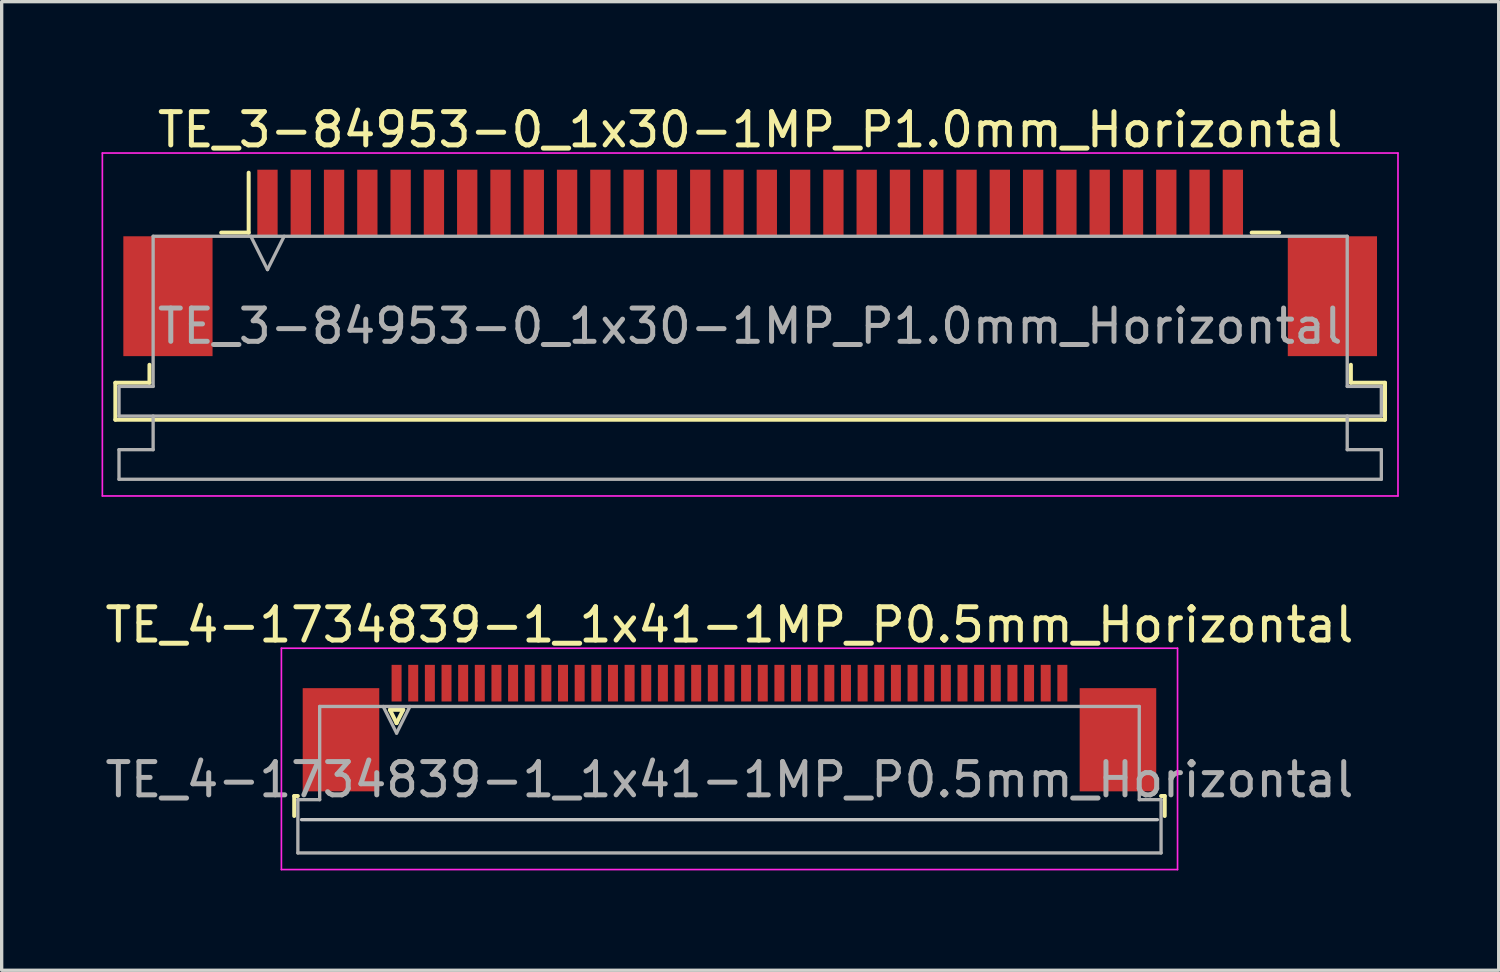
<source format=kicad_pcb>
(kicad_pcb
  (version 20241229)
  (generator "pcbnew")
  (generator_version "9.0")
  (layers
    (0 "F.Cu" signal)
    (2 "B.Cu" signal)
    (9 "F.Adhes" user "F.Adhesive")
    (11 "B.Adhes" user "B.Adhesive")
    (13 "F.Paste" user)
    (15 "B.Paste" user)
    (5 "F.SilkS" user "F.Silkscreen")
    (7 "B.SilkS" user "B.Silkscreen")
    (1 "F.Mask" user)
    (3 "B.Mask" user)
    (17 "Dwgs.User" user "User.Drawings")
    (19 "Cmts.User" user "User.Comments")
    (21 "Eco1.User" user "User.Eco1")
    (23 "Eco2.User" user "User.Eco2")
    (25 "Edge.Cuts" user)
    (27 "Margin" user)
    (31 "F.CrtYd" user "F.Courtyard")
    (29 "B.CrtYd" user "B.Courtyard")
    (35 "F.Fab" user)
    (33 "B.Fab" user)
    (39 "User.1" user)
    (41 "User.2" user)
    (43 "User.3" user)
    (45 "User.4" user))
  (footprint "TE_3-84953-0_1x30-1MP_P1.0mm_Horizontal"
    (layer "F.Cu")
    (at 19.485 4.848)
    (property "Reference" "TE_3-84953-0_1x30-1MP_P1.0mm_Horizontal" (at 0 -4 0) (layer "F.SilkS") (effects (font (size 1 1) (thickness 0.15))))
    (attr smd)
    (fp_line (start -19.07 3.6) (end -18.045 3.6) (stroke (width 0.12) (type solid)) (layer "F.SilkS"))
    (fp_line (start -19.07 4.71) (end -19.07 3.6) (stroke (width 0.12) (type solid)) (layer "F.SilkS"))
    (fp_line (start -18.045 3.6) (end -18.045 3.06) (stroke (width 0.12) (type solid)) (layer "F.SilkS"))
    (fp_line (start -15.89 -0.91) (end -15.065 -0.91) (stroke (width 0.12) (type solid)) (layer "F.SilkS"))
    (fp_line (start -15.065 -0.91) (end -15.065 -2.71) (stroke (width 0.12) (type solid)) (layer "F.SilkS"))
    (fp_line (start 15.065 -0.91) (end 15.89 -0.91) (stroke (width 0.12) (type solid)) (layer "F.SilkS"))
    (fp_line (start 18.045 3.06) (end 18.045 3.6) (stroke (width 0.12) (type solid)) (layer "F.SilkS"))
    (fp_line (start 18.045 3.6) (end 19.07 3.6) (stroke (width 0.12) (type solid)) (layer "F.SilkS"))
    (fp_line (start 19.07 3.6) (end 19.07 4.71) (stroke (width 0.12) (type solid)) (layer "F.SilkS"))
    (fp_line (start 19.07 4.71) (end -19.07 4.71) (stroke (width 0.12) (type solid)) (layer "F.SilkS"))
    (fp_line (start -19.46 -3.3) (end -19.46 7) (stroke (width 0.05) (type solid)) (layer "F.CrtYd"))
    (fp_line (start -19.46 7) (end 19.46 7) (stroke (width 0.05) (type solid)) (layer "F.CrtYd"))
    (fp_line (start 19.46 -3.3) (end -19.46 -3.3) (stroke (width 0.05) (type solid)) (layer "F.CrtYd"))
    (fp_line (start 19.46 7) (end 19.46 -3.3) (stroke (width 0.05) (type solid)) (layer "F.CrtYd"))
    (fp_line (start -18.96 3.71) (end -17.935 3.71) (stroke (width 0.1) (type solid)) (layer "F.Fab"))
    (fp_line (start -18.96 4.6) (end -18.96 3.71) (stroke (width 0.1) (type solid)) (layer "F.Fab"))
    (fp_line (start -18.96 5.61) (end -17.935 5.61) (stroke (width 0.1) (type solid)) (layer "F.Fab"))
    (fp_line (start -18.96 6.5) (end -18.96 5.61) (stroke (width 0.1) (type solid)) (layer "F.Fab"))
    (fp_line (start -17.935 -0.8) (end 17.935 -0.8) (stroke (width 0.1) (type solid)) (layer "F.Fab"))
    (fp_line (start -17.935 3.71) (end -17.935 -0.8) (stroke (width 0.1) (type solid)) (layer "F.Fab"))
    (fp_line (start -17.935 5.61) (end -17.935 4.6) (stroke (width 0.1) (type solid)) (layer "F.Fab"))
    (fp_line (start -15 -0.8) (end -14.5 0.2) (stroke (width 0.1) (type solid)) (layer "F.Fab"))
    (fp_line (start -14.5 0.2) (end -14 -0.8) (stroke (width 0.1) (type solid)) (layer "F.Fab"))
    (fp_line (start 17.935 -0.8) (end 17.935 3.71) (stroke (width 0.1) (type solid)) (layer "F.Fab"))
    (fp_line (start 17.935 3.71) (end 18.96 3.71) (stroke (width 0.1) (type solid)) (layer "F.Fab"))
    (fp_line (start 17.935 4.6) (end 17.935 5.61) (stroke (width 0.1) (type solid)) (layer "F.Fab"))
    (fp_line (start 17.935 5.61) (end 18.96 5.61) (stroke (width 0.1) (type solid)) (layer "F.Fab"))
    (fp_line (start 18.96 3.71) (end 18.96 4.6) (stroke (width 0.1) (type solid)) (layer "F.Fab"))
    (fp_line (start 18.96 4.6) (end -18.96 4.6) (stroke (width 0.1) (type solid)) (layer "F.Fab"))
    (fp_line (start 18.96 5.61) (end 18.96 6.5) (stroke (width 0.1) (type solid)) (layer "F.Fab"))
    (fp_line (start 18.96 6.5) (end -18.96 6.5) (stroke (width 0.1) (type solid)) (layer "F.Fab"))
    (fp_text user "${REFERENCE}" (at 0 1.9 0) (layer "F.Fab") (effects (font (size 1 1) (thickness 0.15))))
    (pad "1" smd rect (at -14.5 -1.8) (size 0.61 2) (layers "F.Cu" "F.Mask" "F.Paste"))
    (pad "2" smd rect (at -13.5 -1.8) (size 0.61 2) (layers "F.Cu" "F.Mask" "F.Paste"))
    (pad "3" smd rect (at -12.5 -1.8) (size 0.61 2) (layers "F.Cu" "F.Mask" "F.Paste"))
    (pad "4" smd rect (at -11.5 -1.8) (size 0.61 2) (layers "F.Cu" "F.Mask" "F.Paste"))
    (pad "5" smd rect (at -10.5 -1.8) (size 0.61 2) (layers "F.Cu" "F.Mask" "F.Paste"))
    (pad "6" smd rect (at -9.5 -1.8) (size 0.61 2) (layers "F.Cu" "F.Mask" "F.Paste"))
    (pad "7" smd rect (at -8.5 -1.8) (size 0.61 2) (layers "F.Cu" "F.Mask" "F.Paste"))
    (pad "8" smd rect (at -7.5 -1.8) (size 0.61 2) (layers "F.Cu" "F.Mask" "F.Paste"))
    (pad "9" smd rect (at -6.5 -1.8) (size 0.61 2) (layers "F.Cu" "F.Mask" "F.Paste"))
    (pad "10" smd rect (at -5.5 -1.8) (size 0.61 2) (layers "F.Cu" "F.Mask" "F.Paste"))
    (pad "11" smd rect (at -4.5 -1.8) (size 0.61 2) (layers "F.Cu" "F.Mask" "F.Paste"))
    (pad "12" smd rect (at -3.5 -1.8) (size 0.61 2) (layers "F.Cu" "F.Mask" "F.Paste"))
    (pad "13" smd rect (at -2.5 -1.8) (size 0.61 2) (layers "F.Cu" "F.Mask" "F.Paste"))
    (pad "14" smd rect (at -1.5 -1.8) (size 0.61 2) (layers "F.Cu" "F.Mask" "F.Paste"))
    (pad "15" smd rect (at -0.5 -1.8) (size 0.61 2) (layers "F.Cu" "F.Mask" "F.Paste"))
    (pad "16" smd rect (at 0.5 -1.8) (size 0.61 2) (layers "F.Cu" "F.Mask" "F.Paste"))
    (pad "17" smd rect (at 1.5 -1.8) (size 0.61 2) (layers "F.Cu" "F.Mask" "F.Paste"))
    (pad "18" smd rect (at 2.5 -1.8) (size 0.61 2) (layers "F.Cu" "F.Mask" "F.Paste"))
    (pad "19" smd rect (at 3.5 -1.8) (size 0.61 2) (layers "F.Cu" "F.Mask" "F.Paste"))
    (pad "20" smd rect (at 4.5 -1.8) (size 0.61 2) (layers "F.Cu" "F.Mask" "F.Paste"))
    (pad "21" smd rect (at 5.5 -1.8) (size 0.61 2) (layers "F.Cu" "F.Mask" "F.Paste"))
    (pad "22" smd rect (at 6.5 -1.8) (size 0.61 2) (layers "F.Cu" "F.Mask" "F.Paste"))
    (pad "23" smd rect (at 7.5 -1.8) (size 0.61 2) (layers "F.Cu" "F.Mask" "F.Paste"))
    (pad "24" smd rect (at 8.5 -1.8) (size 0.61 2) (layers "F.Cu" "F.Mask" "F.Paste"))
    (pad "25" smd rect (at 9.5 -1.8) (size 0.61 2) (layers "F.Cu" "F.Mask" "F.Paste"))
    (pad "26" smd rect (at 10.5 -1.8) (size 0.61 2) (layers "F.Cu" "F.Mask" "F.Paste"))
    (pad "27" smd rect (at 11.5 -1.8) (size 0.61 2) (layers "F.Cu" "F.Mask" "F.Paste"))
    (pad "28" smd rect (at 12.5 -1.8) (size 0.61 2) (layers "F.Cu" "F.Mask" "F.Paste"))
    (pad "29" smd rect (at 13.5 -1.8) (size 0.61 2) (layers "F.Cu" "F.Mask" "F.Paste"))
    (pad "30" smd rect (at 14.5 -1.8) (size 0.61 2) (layers "F.Cu" "F.Mask" "F.Paste"))
    (pad "MP" smd rect (at -17.49 1) (size 2.68 3.6) (layers "F.Cu" "F.Mask" "F.Paste"))
    (pad "MP" smd rect (at 17.49 1) (size 2.68 3.6) (layers "F.Cu" "F.Mask" "F.Paste")))
  (footprint "TE_4-1734839-1_1x41-1MP_P0.5mm_Horizontal"
    (layer "F.Cu")
    (at 18.863 18.822)
    (property "Reference" "TE_4-1734839-1_1x41-1MP_P0.5mm_Horizontal" (at 0 -3.1 0) (layer "F.SilkS") (effects (font (size 1 1) (thickness 0.15))))
    (attr smd)
    (fp_line (start -13.075 2.04) (end -13.075 2.64) (stroke (width 0.12) (type solid)) (layer "F.SilkS"))
    (fp_line (start -12.965 2.04) (end -13.075 2.04) (stroke (width 0.12) (type solid)) (layer "F.SilkS"))
    (fp_line (start -10.2 -0.55) (end -10 -0.15) (stroke (width 0.12) (type solid)) (layer "F.SilkS"))
    (fp_line (start -10 -0.15) (end -9.8 -0.55) (stroke (width 0.12) (type solid)) (layer "F.SilkS"))
    (fp_line (start -9.8 -0.55) (end -10.2 -0.55) (stroke (width 0.12) (type solid)) (layer "F.SilkS"))
    (fp_line (start 12.965 2.04) (end 13.075 2.04) (stroke (width 0.12) (type solid)) (layer "F.SilkS"))
    (fp_line (start 13.075 2.04) (end 13.075 2.64) (stroke (width 0.12) (type solid)) (layer "F.SilkS"))
    (fp_line (start 12.855 2.75) (end -12.855 2.75) (stroke (width 0.1) (type solid)) (layer "Dwgs.User"))
    (fp_line (start -13.46 -2.4) (end -13.46 4.25) (stroke (width 0.05) (type solid)) (layer "F.CrtYd"))
    (fp_line (start -13.46 4.25) (end 13.46 4.25) (stroke (width 0.05) (type solid)) (layer "F.CrtYd"))
    (fp_line (start 13.46 -2.4) (end -13.46 -2.4) (stroke (width 0.05) (type solid)) (layer "F.CrtYd"))
    (fp_line (start 13.46 4.25) (end 13.46 -2.4) (stroke (width 0.05) (type solid)) (layer "F.CrtYd"))
    (fp_line (start -12.965 2.15) (end -12.31 2.15) (stroke (width 0.1) (type solid)) (layer "F.Fab"))
    (fp_line (start -12.965 3.75) (end -12.965 2.15) (stroke (width 0.1) (type solid)) (layer "F.Fab"))
    (fp_line (start -12.31 -0.65) (end 12.31 -0.65) (stroke (width 0.1) (type solid)) (layer "F.Fab"))
    (fp_line (start -12.31 2.15) (end -12.31 -0.65) (stroke (width 0.1) (type solid)) (layer "F.Fab"))
    (fp_line (start -10.4 -0.65) (end -10 0.15) (stroke (width 0.1) (type solid)) (layer "F.Fab"))
    (fp_line (start -10 0.15) (end -9.6 -0.65) (stroke (width 0.1) (type solid)) (layer "F.Fab"))
    (fp_line (start 12.31 -0.65) (end 12.31 2.15) (stroke (width 0.1) (type solid)) (layer "F.Fab"))
    (fp_line (start 12.31 2.15) (end 12.965 2.15) (stroke (width 0.1) (type solid)) (layer "F.Fab"))
    (fp_line (start 12.965 2.15) (end 12.965 3.75) (stroke (width 0.1) (type solid)) (layer "F.Fab"))
    (fp_line (start 12.965 3.75) (end -12.965 3.75) (stroke (width 0.1) (type solid)) (layer "F.Fab"))
    (fp_text user "${REFERENCE}" (at 0 1.55 0) (layer "F.Fab") (effects (font (size 1 1) (thickness 0.15))))
    (pad "1" smd rect (at -10 -1.35) (size 0.3 1.1) (layers "F.Cu" "F.Mask" "F.Paste"))
    (pad "2" smd rect (at -9.5 -1.35) (size 0.3 1.1) (layers "F.Cu" "F.Mask" "F.Paste"))
    (pad "3" smd rect (at -9 -1.35) (size 0.3 1.1) (layers "F.Cu" "F.Mask" "F.Paste"))
    (pad "4" smd rect (at -8.5 -1.35) (size 0.3 1.1) (layers "F.Cu" "F.Mask" "F.Paste"))
    (pad "5" smd rect (at -8 -1.35) (size 0.3 1.1) (layers "F.Cu" "F.Mask" "F.Paste"))
    (pad "6" smd rect (at -7.5 -1.35) (size 0.3 1.1) (layers "F.Cu" "F.Mask" "F.Paste"))
    (pad "7" smd rect (at -7 -1.35) (size 0.3 1.1) (layers "F.Cu" "F.Mask" "F.Paste"))
    (pad "8" smd rect (at -6.5 -1.35) (size 0.3 1.1) (layers "F.Cu" "F.Mask" "F.Paste"))
    (pad "9" smd rect (at -6 -1.35) (size 0.3 1.1) (layers "F.Cu" "F.Mask" "F.Paste"))
    (pad "10" smd rect (at -5.5 -1.35) (size 0.3 1.1) (layers "F.Cu" "F.Mask" "F.Paste"))
    (pad "11" smd rect (at -5 -1.35) (size 0.3 1.1) (layers "F.Cu" "F.Mask" "F.Paste"))
    (pad "12" smd rect (at -4.5 -1.35) (size 0.3 1.1) (layers "F.Cu" "F.Mask" "F.Paste"))
    (pad "13" smd rect (at -4 -1.35) (size 0.3 1.1) (layers "F.Cu" "F.Mask" "F.Paste"))
    (pad "14" smd rect (at -3.5 -1.35) (size 0.3 1.1) (layers "F.Cu" "F.Mask" "F.Paste"))
    (pad "15" smd rect (at -3 -1.35) (size 0.3 1.1) (layers "F.Cu" "F.Mask" "F.Paste"))
    (pad "16" smd rect (at -2.5 -1.35) (size 0.3 1.1) (layers "F.Cu" "F.Mask" "F.Paste"))
    (pad "17" smd rect (at -2 -1.35) (size 0.3 1.1) (layers "F.Cu" "F.Mask" "F.Paste"))
    (pad "18" smd rect (at -1.5 -1.35) (size 0.3 1.1) (layers "F.Cu" "F.Mask" "F.Paste"))
    (pad "19" smd rect (at -1 -1.35) (size 0.3 1.1) (layers "F.Cu" "F.Mask" "F.Paste"))
    (pad "20" smd rect (at -0.5 -1.35) (size 0.3 1.1) (layers "F.Cu" "F.Mask" "F.Paste"))
    (pad "21" smd rect (at 0 -1.35) (size 0.3 1.1) (layers "F.Cu" "F.Mask" "F.Paste"))
    (pad "22" smd rect (at 0.5 -1.35) (size 0.3 1.1) (layers "F.Cu" "F.Mask" "F.Paste"))
    (pad "23" smd rect (at 1 -1.35) (size 0.3 1.1) (layers "F.Cu" "F.Mask" "F.Paste"))
    (pad "24" smd rect (at 1.5 -1.35) (size 0.3 1.1) (layers "F.Cu" "F.Mask" "F.Paste"))
    (pad "25" smd rect (at 2 -1.35) (size 0.3 1.1) (layers "F.Cu" "F.Mask" "F.Paste"))
    (pad "26" smd rect (at 2.5 -1.35) (size 0.3 1.1) (layers "F.Cu" "F.Mask" "F.Paste"))
    (pad "27" smd rect (at 3 -1.35) (size 0.3 1.1) (layers "F.Cu" "F.Mask" "F.Paste"))
    (pad "28" smd rect (at 3.5 -1.35) (size 0.3 1.1) (layers "F.Cu" "F.Mask" "F.Paste"))
    (pad "29" smd rect (at 4 -1.35) (size 0.3 1.1) (layers "F.Cu" "F.Mask" "F.Paste"))
    (pad "30" smd rect (at 4.5 -1.35) (size 0.3 1.1) (layers "F.Cu" "F.Mask" "F.Paste"))
    (pad "31" smd rect (at 5 -1.35) (size 0.3 1.1) (layers "F.Cu" "F.Mask" "F.Paste"))
    (pad "32" smd rect (at 5.5 -1.35) (size 0.3 1.1) (layers "F.Cu" "F.Mask" "F.Paste"))
    (pad "33" smd rect (at 6 -1.35) (size 0.3 1.1) (layers "F.Cu" "F.Mask" "F.Paste"))
    (pad "34" smd rect (at 6.5 -1.35) (size 0.3 1.1) (layers "F.Cu" "F.Mask" "F.Paste"))
    (pad "35" smd rect (at 7 -1.35) (size 0.3 1.1) (layers "F.Cu" "F.Mask" "F.Paste"))
    (pad "36" smd rect (at 7.5 -1.35) (size 0.3 1.1) (layers "F.Cu" "F.Mask" "F.Paste"))
    (pad "37" smd rect (at 8 -1.35) (size 0.3 1.1) (layers "F.Cu" "F.Mask" "F.Paste"))
    (pad "38" smd rect (at 8.5 -1.35) (size 0.3 1.1) (layers "F.Cu" "F.Mask" "F.Paste"))
    (pad "39" smd rect (at 9 -1.35) (size 0.3 1.1) (layers "F.Cu" "F.Mask" "F.Paste"))
    (pad "40" smd rect (at 9.5 -1.35) (size 0.3 1.1) (layers "F.Cu" "F.Mask" "F.Paste"))
    (pad "41" smd rect (at 10 -1.35) (size 0.3 1.1) (layers "F.Cu" "F.Mask" "F.Paste"))
    (pad "MP" smd rect (at -11.67 0.35) (size 2.3 3.1) (layers "F.Cu" "F.Mask" "F.Paste"))
    (pad "MP" smd rect (at 11.67 0.35) (size 2.3 3.1) (layers "F.Cu" "F.Mask" "F.Paste")))
  (gr_rect
    (start -3 -3)
    (end 41.97 26.096)
    (stroke (width 0.1) (type default))
    (fill no)
    (layer "Edge.Cuts")))
</source>
